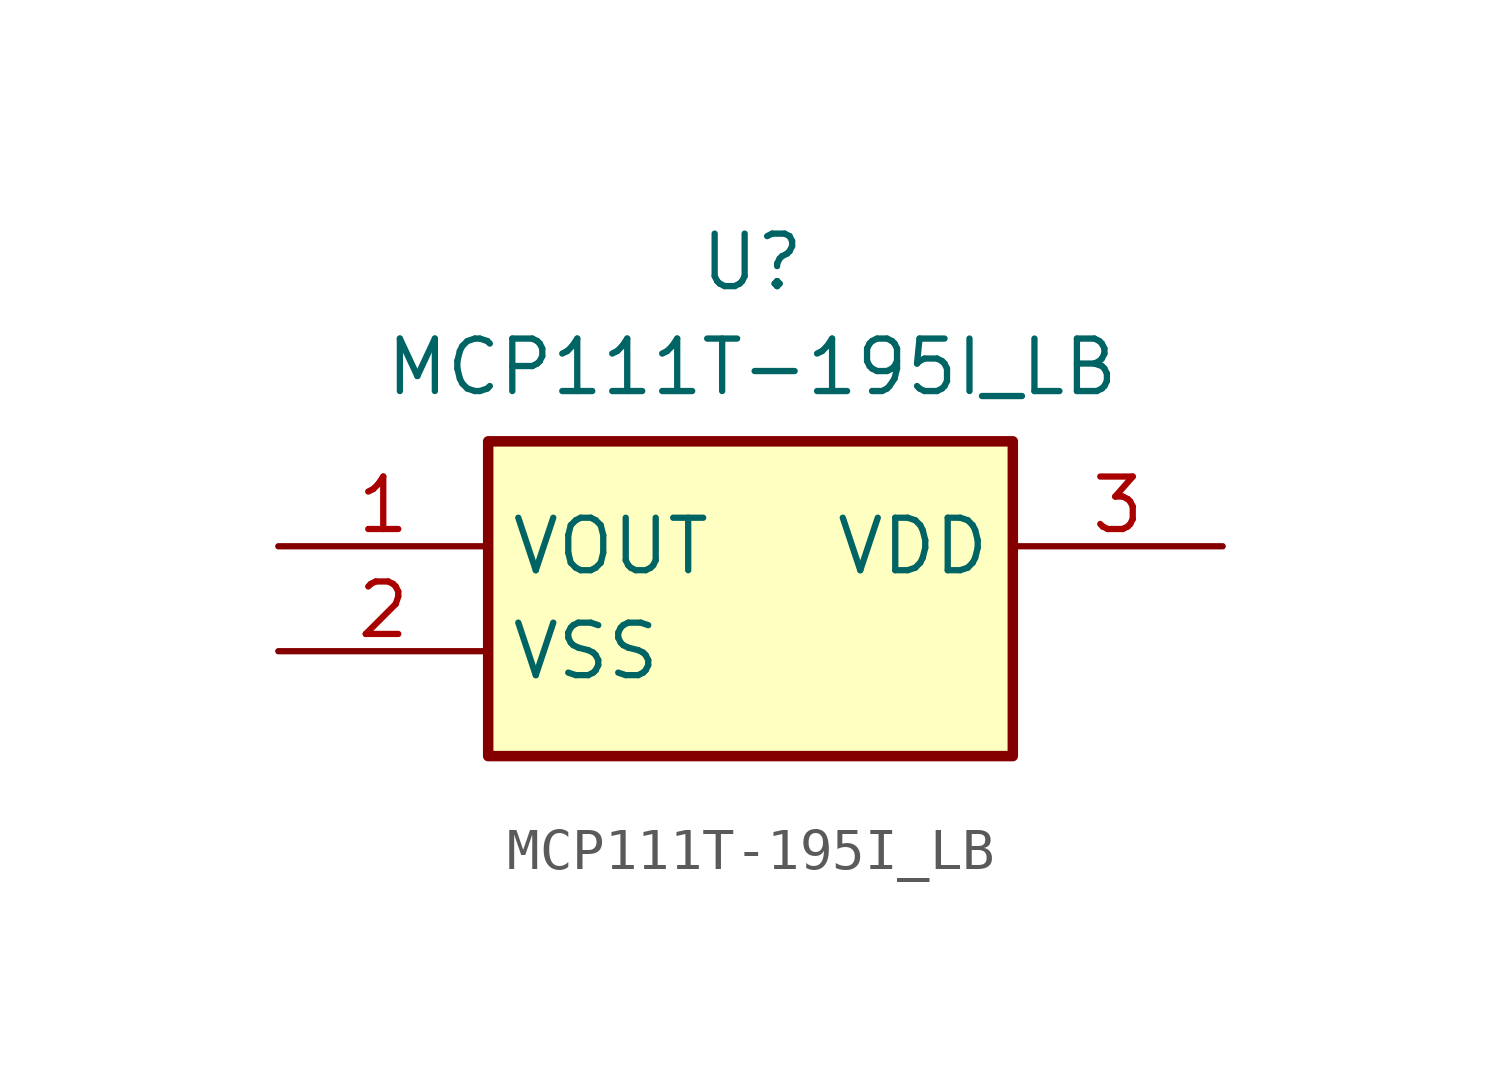
<source format=kicad_sym>
(kicad_symbol_lib
  (version 20220914)
  (generator kicad_symbol_editor)
  (symbol "MCP111T-195I_LB"
    (property "Reference" "U"
      (at 10.16 7.62 0)
      (effects (font (size 1.27 1.27)) (justify left top)))
    (property "Value" "MCP111T-195I_LB"
      (at 2.54 5.08 0)
      (effects (font (size 1.27 1.27)) (justify left top)))
    (symbol "MCP111T-195I_LB_1_1"
      (rectangle (start 5.08 2.54) (end 17.78 -5.08) (stroke (width 0.254) (type default)) (fill (type background)))
      (pin passive line (at 0 0 0) (length 5.08) (name "VOUT" (effects (font (size 1.27 1.27)))) (number "1" (effects (font (size 1.27 1.27)))))
      (pin passive line (at 0 -2.54 0) (length 5.08) (name "VSS" (effects (font (size 1.27 1.27)))) (number "2" (effects (font (size 1.27 1.27)))))
      (pin passive line (at 22.86 0 180) (length 5.08) (name "VDD" (effects (font (size 1.27 1.27)))) (number "3" (effects (font (size 1.27 1.27))))))))
</source>
